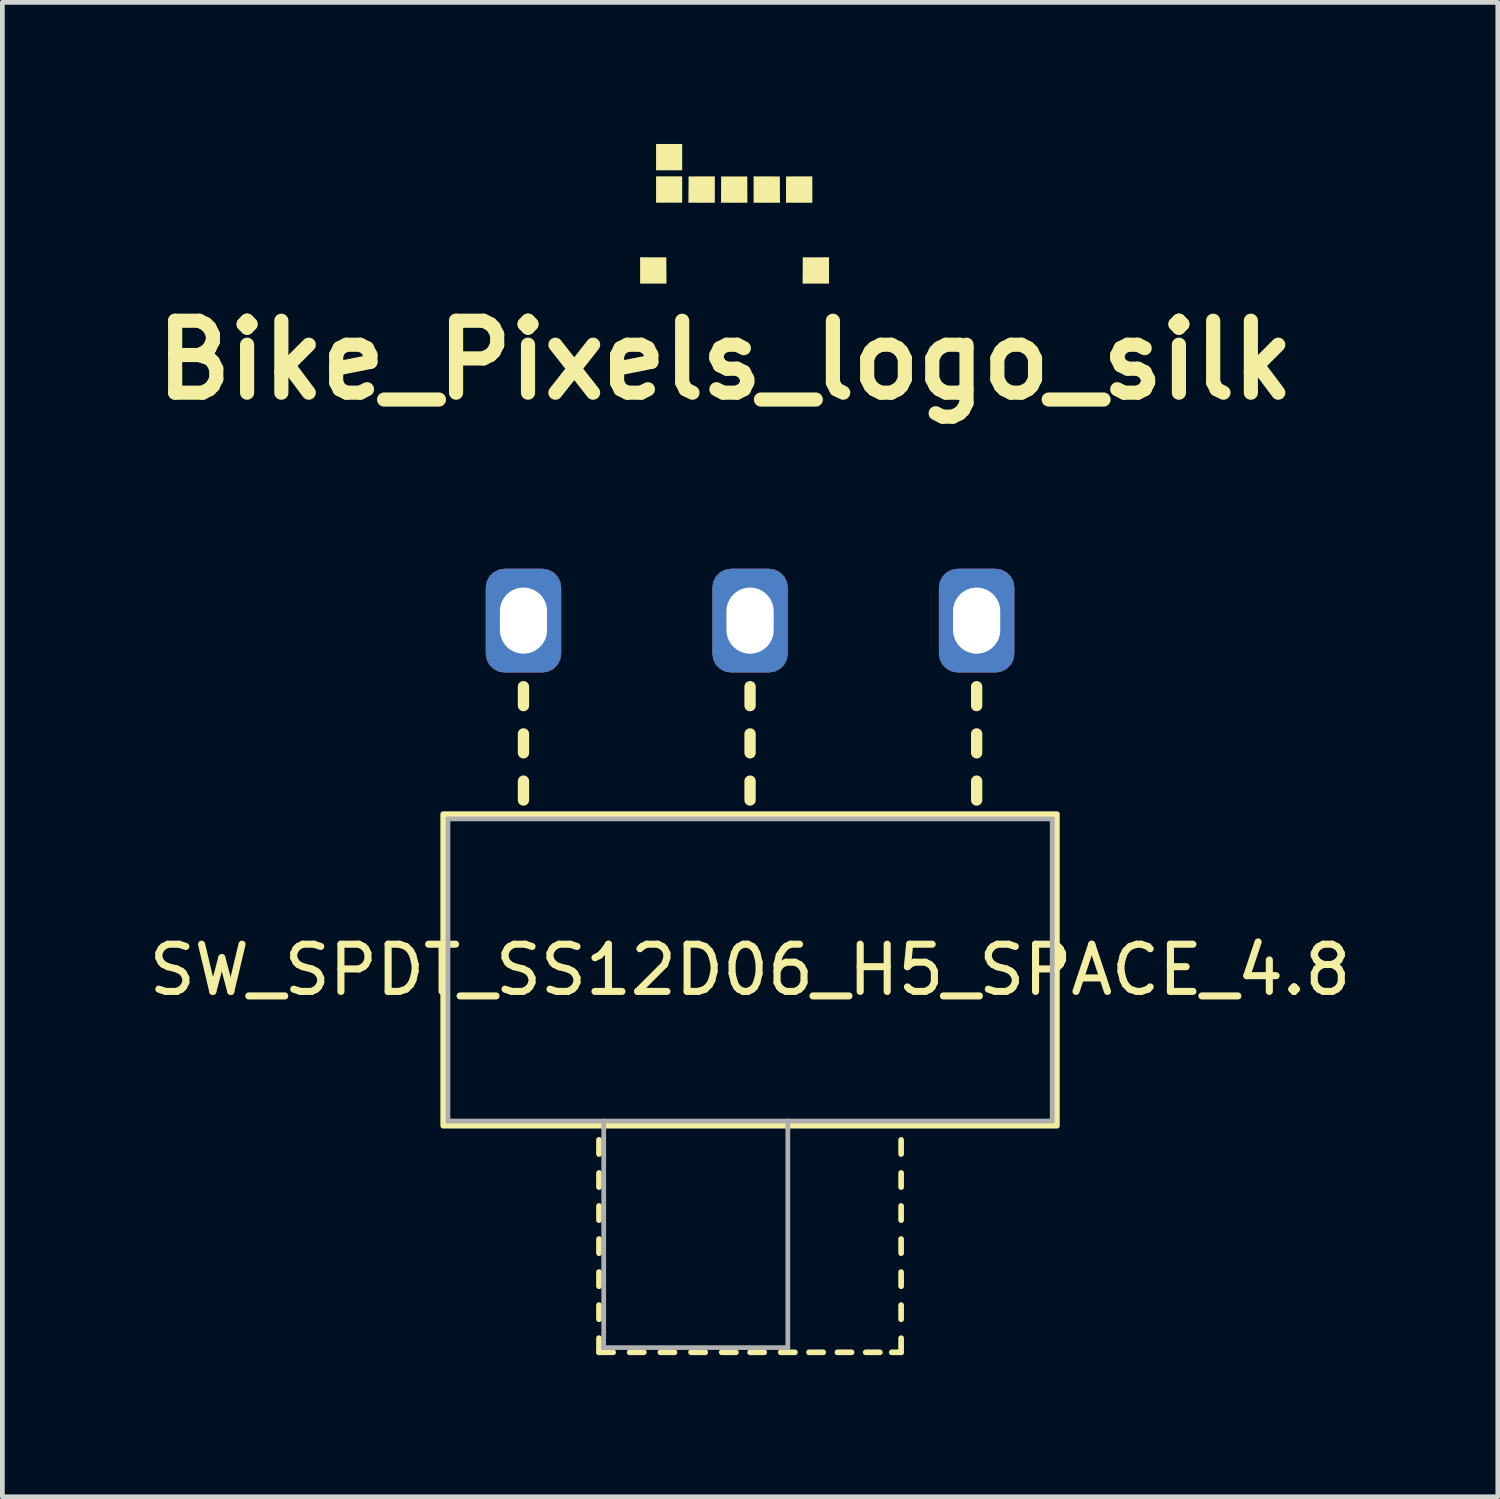
<source format=kicad_pcb>
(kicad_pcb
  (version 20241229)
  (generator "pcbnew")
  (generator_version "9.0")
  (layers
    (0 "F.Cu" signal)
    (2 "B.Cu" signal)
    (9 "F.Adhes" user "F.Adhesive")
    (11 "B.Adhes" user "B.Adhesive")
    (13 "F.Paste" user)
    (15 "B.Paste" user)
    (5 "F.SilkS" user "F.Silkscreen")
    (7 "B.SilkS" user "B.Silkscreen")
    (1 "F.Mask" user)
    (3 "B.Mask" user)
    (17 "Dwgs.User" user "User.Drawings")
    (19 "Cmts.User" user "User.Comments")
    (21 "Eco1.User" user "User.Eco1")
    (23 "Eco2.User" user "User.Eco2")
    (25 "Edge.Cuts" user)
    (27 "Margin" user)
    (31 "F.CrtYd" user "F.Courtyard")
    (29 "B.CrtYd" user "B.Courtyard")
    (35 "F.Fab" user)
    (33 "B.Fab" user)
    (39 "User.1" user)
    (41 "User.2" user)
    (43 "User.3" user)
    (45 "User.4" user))
  (footprint "Bike_Pixels_logo_silk"
    (layer "F.Cu")
    (at 12.508 1.479)
    (property "Reference" "Bike_Pixels_logo_silk" (at -0.2 3.1 0) (layer "F.SilkS") (effects (font (size 1.524 1.524) (thickness 0.3))))
    (attr board_only exclude_from_pos_files exclude_from_bom)
    (fp_poly (pts (xy -1.107 -0.921) (xy -1.66 -0.921) (xy -1.66 -1.479) (xy -1.107 -1.479)) (stroke (width 0) (type solid)) (fill yes) (layer "F.SilkS"))
    (fp_poly (pts (xy -1.107 -0.235) (xy -1.66 -0.235) (xy -1.66 -0.793) (xy -1.107 -0.793)) (stroke (width 0) (type solid)) (fill yes) (layer "F.SilkS"))
    (fp_poly (pts (xy -1.72 0.922) (xy -1.442 0.923) (xy -1.441 1.201) (xy -1.44 1.479) (xy -1.998 1.479) (xy -1.998 0.921)) (stroke (width 0) (type solid)) (fill yes) (layer "F.SilkS"))
    (fp_poly (pts (xy -0.416 -0.235) (xy -0.975 -0.235) (xy -0.973 -0.513) (xy -0.972 -0.791) (xy -0.694 -0.792) (xy -0.416 -0.793)) (stroke (width 0) (type solid)) (fill yes) (layer "F.SilkS"))
    (fp_poly (pts (xy 0.273 -0.513) (xy 0.274 -0.235) (xy -0.284 -0.235) (xy -0.283 -0.513) (xy -0.282 -0.791) (xy 0.272 -0.791)) (stroke (width 0) (type solid)) (fill yes) (layer "F.SilkS"))
    (fp_poly (pts (xy 0.684 -0.792) (xy 0.962 -0.791) (xy 0.963 -0.513) (xy 0.965 -0.235) (xy 0.406 -0.235) (xy 0.406 -0.793)) (stroke (width 0) (type solid)) (fill yes) (layer "F.SilkS"))
    (fp_poly (pts (xy 1.65 -0.235) (xy 1.092 -0.235) (xy 1.093 -0.513) (xy 1.094 -0.791) (xy 1.372 -0.792) (xy 1.65 -0.793)) (stroke (width 0) (type solid)) (fill yes) (layer "F.SilkS"))
    (fp_poly (pts (xy 2.003 1.479) (xy 1.444 1.479) (xy 1.446 1.201) (xy 1.447 0.923) (xy 1.725 0.922) (xy 2.003 0.921)) (stroke (width 0) (type solid)) (fill yes) (layer "F.SilkS")))
  (footprint "SW_SPDT_SS12D06_H5_SPACE_4.8"
    (layer "F.Cu")
    (at 12.839 10.097)
    (property "Reference" "SW_SPDT_SS12D06_H5_SPACE_4.8" (at 0 7.4 0) (unlocked yes) (layer "F.SilkS") (effects (font (size 1 1) (thickness 0.15))))
    (attr through_hole)
    (fp_line (start -4.8 1.4) (end -4.8 1.8) (stroke (width 0.24) (type solid)) (layer "F.SilkS"))
    (fp_line (start -4.8 2.4) (end -4.8 2.8) (stroke (width 0.24) (type solid)) (layer "F.SilkS"))
    (fp_line (start -4.8 3.4) (end -4.8 3.8) (stroke (width 0.24) (type solid)) (layer "F.SilkS"))
    (fp_line (start -3.2 11) (end -3.2 11.3) (stroke (width 0.12) (type solid)) (layer "F.SilkS"))
    (fp_line (start -3.2 11.7) (end -3.2 12) (stroke (width 0.12) (type solid)) (layer "F.SilkS"))
    (fp_line (start -3.2 12.4) (end -3.2 12.7) (stroke (width 0.12) (type solid)) (layer "F.SilkS"))
    (fp_line (start -3.2 13.1) (end -3.2 13.4) (stroke (width 0.12) (type solid)) (layer "F.SilkS"))
    (fp_line (start -3.2 13.8) (end -3.2 14.1) (stroke (width 0.12) (type solid)) (layer "F.SilkS"))
    (fp_line (start -3.2 14.5) (end -3.2 14.8) (stroke (width 0.12) (type solid)) (layer "F.SilkS"))
    (fp_line (start -3.2 15.2) (end -3.2 15.5) (stroke (width 0.12) (type solid)) (layer "F.SilkS"))
    (fp_line (start -3.2 15.5) (end -2.9 15.5) (stroke (width 0.12) (type solid)) (layer "F.SilkS"))
    (fp_line (start -2.55 15.5) (end -2.25 15.5) (stroke (width 0.12) (type solid)) (layer "F.SilkS"))
    (fp_line (start -1.9 15.5) (end -1.6 15.5) (stroke (width 0.12) (type solid)) (layer "F.SilkS"))
    (fp_line (start -1.25 15.5) (end -0.95 15.5) (stroke (width 0.12) (type solid)) (layer "F.SilkS"))
    (fp_line (start -0.6 15.5) (end -0.3 15.5) (stroke (width 0.12) (type solid)) (layer "F.SilkS"))
    (fp_line (start 0 1.4) (end 0 1.8) (stroke (width 0.24) (type solid)) (layer "F.SilkS"))
    (fp_line (start 0 2.4) (end 0 2.8) (stroke (width 0.24) (type solid)) (layer "F.SilkS"))
    (fp_line (start 0 3.4) (end 0 3.8) (stroke (width 0.24) (type solid)) (layer "F.SilkS"))
    (fp_line (start 0 15.5) (end 0.3 15.5) (stroke (width 0.12) (type solid)) (layer "F.SilkS"))
    (fp_line (start 0.65 15.5) (end 0.95 15.5) (stroke (width 0.12) (type solid)) (layer "F.SilkS"))
    (fp_line (start 1.25 15.5) (end 1.55 15.5) (stroke (width 0.12) (type solid)) (layer "F.SilkS"))
    (fp_line (start 1.85 15.5) (end 2.15 15.5) (stroke (width 0.12) (type solid)) (layer "F.SilkS"))
    (fp_line (start 2.45 15.5) (end 2.75 15.5) (stroke (width 0.12) (type solid)) (layer "F.SilkS"))
    (fp_line (start 3 15.5) (end 3.2 15.5) (stroke (width 0.12) (type solid)) (layer "F.SilkS"))
    (fp_line (start 3.2 11) (end 3.2 11.3) (stroke (width 0.12) (type solid)) (layer "F.SilkS"))
    (fp_line (start 3.2 11.7) (end 3.2 12) (stroke (width 0.12) (type solid)) (layer "F.SilkS"))
    (fp_line (start 3.2 12.4) (end 3.2 12.7) (stroke (width 0.12) (type solid)) (layer "F.SilkS"))
    (fp_line (start 3.2 13.1) (end 3.2 13.4) (stroke (width 0.12) (type solid)) (layer "F.SilkS"))
    (fp_line (start 3.2 13.8) (end 3.2 14.1) (stroke (width 0.12) (type solid)) (layer "F.SilkS"))
    (fp_line (start 3.2 14.5) (end 3.2 14.8) (stroke (width 0.12) (type solid)) (layer "F.SilkS"))
    (fp_line (start 3.2 15.5) (end 3.2 15.2) (stroke (width 0.12) (type solid)) (layer "F.SilkS"))
    (fp_line (start 4.8 1.4) (end 4.8 1.8) (stroke (width 0.24) (type solid)) (layer "F.SilkS"))
    (fp_line (start 4.8 2.4) (end 4.8 2.8) (stroke (width 0.24) (type solid)) (layer "F.SilkS"))
    (fp_line (start 4.8 3.4) (end 4.8 3.8) (stroke (width 0.24) (type solid)) (layer "F.SilkS"))
    (fp_rect (start -6.5 4.1) (end 6.5 10.7) (stroke (width 0.12) (type solid)) (fill no) (layer "F.SilkS"))
    (fp_line (start -3.1 10.6) (end -3.1 15.4) (stroke (width 0.1) (type solid)) (layer "F.Fab"))
    (fp_line (start -3.1 15.4) (end 0.8 15.4) (stroke (width 0.1) (type solid)) (layer "F.Fab"))
    (fp_line (start 0.8 15.4) (end 0.8 10.6) (stroke (width 0.1) (type solid)) (layer "F.Fab"))
    (fp_rect (start -6.4 4.2) (end 6.4 10.6) (stroke (width 0.1) (type solid)) (fill no) (layer "F.Fab"))
    (pad "1" thru_hole roundrect (at -4.8 0) (size 1.6 2.2) (drill oval 1 1.4) (layers "*.Cu" "*.Mask") (roundrect_rratio 0.25))
    (pad "2" thru_hole roundrect (at 0 0) (size 1.6 2.2) (drill oval 1 1.4) (layers "*.Cu" "*.Mask") (roundrect_rratio 0.25))
    (pad "3" thru_hole roundrect (at 4.8 0) (size 1.6 2.2) (drill oval 1 1.4) (layers "*.Cu" "*.Mask") (roundrect_rratio 0.25)))
  (gr_rect
    (start -3 -3)
    (end 28.679 28.657)
    (stroke (width 0.1) (type default))
    (fill no)
    (layer "Edge.Cuts")))
</source>
